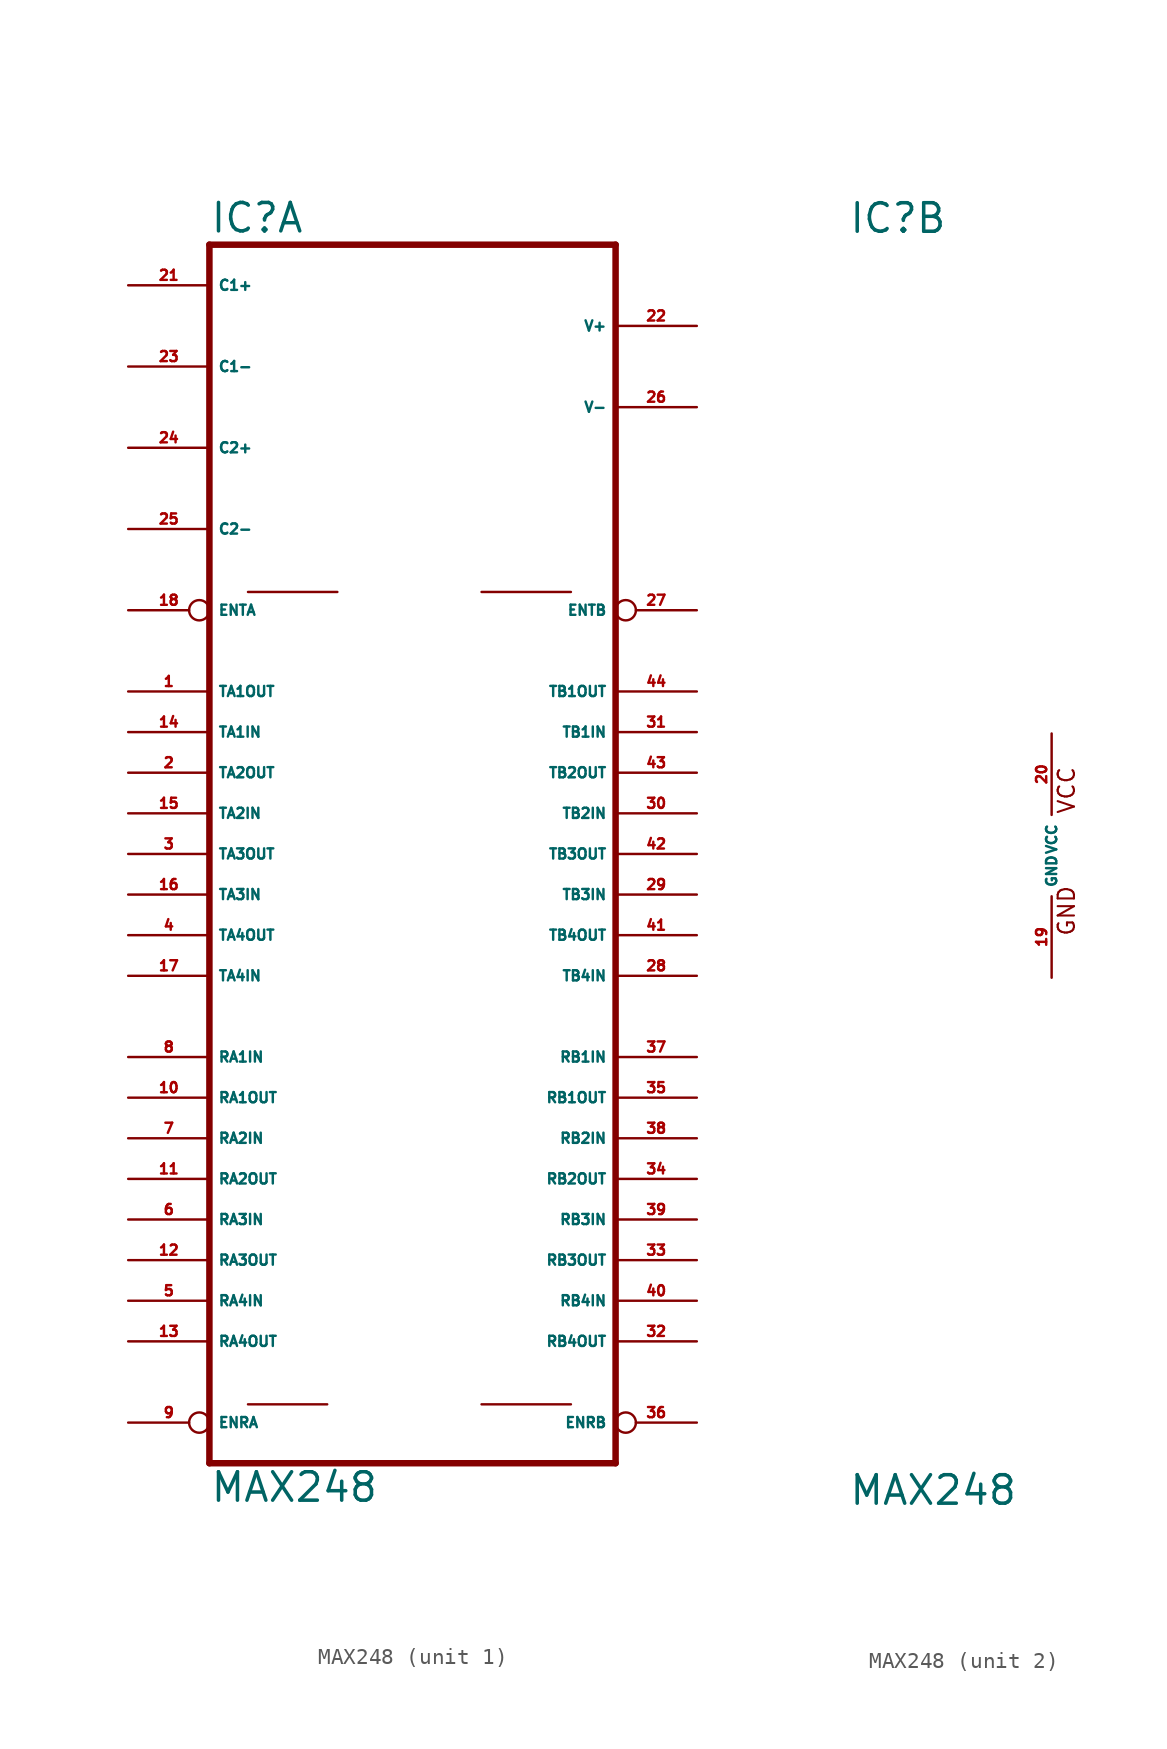
<source format=kicad_sym>
(kicad_symbol_lib
  (version 20220914)
  (generator Eagle2Kicad)
  (symbol "MAX248"
    (property "Reference" "IC"
      (at -12.7 38.735 0)
      (effects (font (size 1.778 1.778) (thickness 0.22)) (justify left bottom)))
    (property "Value" "MAX248"
      (at -12.7 -40.64 0)
      (effects (font (size 1.778 1.778) (thickness 0.22)) (justify left bottom)))
    (symbol "MAX248_1_0"
      (polyline (pts (xy -12.7 38.1) (xy 12.7 38.1)) (stroke (width 0.406) (type default)) (fill (type none)))
      (polyline (pts (xy 12.7 -38.1) (xy 12.7 38.1)) (stroke (width 0.406) (type default)) (fill (type none)))
      (polyline (pts (xy 12.7 -38.1) (xy -12.7 -38.1)) (stroke (width 0.406) (type default)) (fill (type none)))
      (polyline (pts (xy -12.7 38.1) (xy -12.7 -38.1)) (stroke (width 0.406) (type default)) (fill (type none)))
      (polyline (pts (xy -10.287 16.383) (xy -4.699 16.383)) (stroke (width 0.152) (type default)) (fill (type none)))
      (polyline (pts (xy 4.318 16.383) (xy 9.906 16.383)) (stroke (width 0.152) (type default)) (fill (type none)))
      (polyline (pts (xy -10.287 -34.417) (xy -5.334 -34.417)) (stroke (width 0.152) (type default)) (fill (type none)))
      (polyline (pts (xy 4.318 -34.417) (xy 9.906 -34.417)) (stroke (width 0.152) (type default)) (fill (type none)))
      (pin bidirectional line (at -17.78 35.56 0) (length 5.08) (name "C1+" (effects (font (size 0.635 0.635) (thickness 0.08)) (justify left bottom))) (number "21" (effects (font (size 0.635 0.635) (thickness 0.08)) (justify left bottom))))
      (pin bidirectional line (at -17.78 30.48 0) (length 5.08) (name "C1-" (effects (font (size 0.635 0.635) (thickness 0.08)) (justify left bottom))) (number "23" (effects (font (size 0.635 0.635) (thickness 0.08)) (justify left bottom))))
      (pin bidirectional line (at -17.78 25.4 0) (length 5.08) (name "C2+" (effects (font (size 0.635 0.635) (thickness 0.08)) (justify left bottom))) (number "24" (effects (font (size 0.635 0.635) (thickness 0.08)) (justify left bottom))))
      (pin bidirectional line (at -17.78 20.32 0) (length 5.08) (name "C2-" (effects (font (size 0.635 0.635) (thickness 0.08)) (justify left bottom))) (number "25" (effects (font (size 0.635 0.635) (thickness 0.08)) (justify left bottom))))
      (pin output line (at -17.78 10.16 0) (length 5.08) (name "TA1OUT" (effects (font (size 0.635 0.635) (thickness 0.08)) (justify left bottom))) (number "1" (effects (font (size 0.635 0.635) (thickness 0.08)) (justify left bottom))))
      (pin input line (at -17.78 7.62 0) (length 5.08) (name "TA1IN" (effects (font (size 0.635 0.635) (thickness 0.08)) (justify left bottom))) (number "14" (effects (font (size 0.635 0.635) (thickness 0.08)) (justify left bottom))))
      (pin input line (at -17.78 2.54 0) (length 5.08) (name "TA2IN" (effects (font (size 0.635 0.635) (thickness 0.08)) (justify left bottom))) (number "15" (effects (font (size 0.635 0.635) (thickness 0.08)) (justify left bottom))))
      (pin output line (at -17.78 0 0) (length 5.08) (name "TA3OUT" (effects (font (size 0.635 0.635) (thickness 0.08)) (justify left bottom))) (number "3" (effects (font (size 0.635 0.635) (thickness 0.08)) (justify left bottom))))
      (pin bidirectional line (at 17.78 33.02 180) (length 5.08) (name "V+" (effects (font (size 0.635 0.635) (thickness 0.08)) (justify left bottom))) (number "22" (effects (font (size 0.635 0.635) (thickness 0.08)) (justify left bottom))))
      (pin bidirectional line (at 17.78 27.94 180) (length 5.08) (name "V-" (effects (font (size 0.635 0.635) (thickness 0.08)) (justify left bottom))) (number "26" (effects (font (size 0.635 0.635) (thickness 0.08)) (justify left bottom))))
      (pin output line (at 17.78 10.16 180) (length 5.08) (name "TB1OUT" (effects (font (size 0.635 0.635) (thickness 0.08)) (justify left bottom))) (number "44" (effects (font (size 0.635 0.635) (thickness 0.08)) (justify left bottom))))
      (pin input line (at 17.78 7.62 180) (length 5.08) (name "TB1IN" (effects (font (size 0.635 0.635) (thickness 0.08)) (justify left bottom))) (number "31" (effects (font (size 0.635 0.635) (thickness 0.08)) (justify left bottom))))
      (pin input line (at 17.78 2.54 180) (length 5.08) (name "TB2IN" (effects (font (size 0.635 0.635) (thickness 0.08)) (justify left bottom))) (number "30" (effects (font (size 0.635 0.635) (thickness 0.08)) (justify left bottom))))
      (pin output line (at 17.78 0 180) (length 5.08) (name "TB3OUT" (effects (font (size 0.635 0.635) (thickness 0.08)) (justify left bottom))) (number "42" (effects (font (size 0.635 0.635) (thickness 0.08)) (justify left bottom))))
      (pin output line (at -17.78 5.08 0) (length 5.08) (name "TA2OUT" (effects (font (size 0.635 0.635) (thickness 0.08)) (justify left bottom))) (number "2" (effects (font (size 0.635 0.635) (thickness 0.08)) (justify left bottom))))
      (pin input line (at -17.78 -2.54 0) (length 5.08) (name "TA3IN" (effects (font (size 0.635 0.635) (thickness 0.08)) (justify left bottom))) (number "16" (effects (font (size 0.635 0.635) (thickness 0.08)) (justify left bottom))))
      (pin output line (at -17.78 -5.08 0) (length 5.08) (name "TA4OUT" (effects (font (size 0.635 0.635) (thickness 0.08)) (justify left bottom))) (number "4" (effects (font (size 0.635 0.635) (thickness 0.08)) (justify left bottom))))
      (pin input line (at -17.78 -7.62 0) (length 5.08) (name "TA4IN" (effects (font (size 0.635 0.635) (thickness 0.08)) (justify left bottom))) (number "17" (effects (font (size 0.635 0.635) (thickness 0.08)) (justify left bottom))))
      (pin input line (at -17.78 -12.7 0) (length 5.08) (name "RA1IN" (effects (font (size 0.635 0.635) (thickness 0.08)) (justify left bottom))) (number "8" (effects (font (size 0.635 0.635) (thickness 0.08)) (justify left bottom))))
      (pin output line (at -17.78 -15.24 0) (length 5.08) (name "RA1OUT" (effects (font (size 0.635 0.635) (thickness 0.08)) (justify left bottom))) (number "10" (effects (font (size 0.635 0.635) (thickness 0.08)) (justify left bottom))))
      (pin input line (at -17.78 -17.78 0) (length 5.08) (name "RA2IN" (effects (font (size 0.635 0.635) (thickness 0.08)) (justify left bottom))) (number "7" (effects (font (size 0.635 0.635) (thickness 0.08)) (justify left bottom))))
      (pin output line (at -17.78 -20.32 0) (length 5.08) (name "RA2OUT" (effects (font (size 0.635 0.635) (thickness 0.08)) (justify left bottom))) (number "11" (effects (font (size 0.635 0.635) (thickness 0.08)) (justify left bottom))))
      (pin input line (at -17.78 -22.86 0) (length 5.08) (name "RA3IN" (effects (font (size 0.635 0.635) (thickness 0.08)) (justify left bottom))) (number "6" (effects (font (size 0.635 0.635) (thickness 0.08)) (justify left bottom))))
      (pin output line (at -17.78 -25.4 0) (length 5.08) (name "RA3OUT" (effects (font (size 0.635 0.635) (thickness 0.08)) (justify left bottom))) (number "12" (effects (font (size 0.635 0.635) (thickness 0.08)) (justify left bottom))))
      (pin input line (at -17.78 -27.94 0) (length 5.08) (name "RA4IN" (effects (font (size 0.635 0.635) (thickness 0.08)) (justify left bottom))) (number "5" (effects (font (size 0.635 0.635) (thickness 0.08)) (justify left bottom))))
      (pin output line (at -17.78 -30.48 0) (length 5.08) (name "RA4OUT" (effects (font (size 0.635 0.635) (thickness 0.08)) (justify left bottom))) (number "13" (effects (font (size 0.635 0.635) (thickness 0.08)) (justify left bottom))))
      (pin passive inverted (at -17.78 -35.56 0) (length 5.08) (name "ENRA" (effects (font (size 0.635 0.635) (thickness 0.08)) (justify left bottom))) (number "9" (effects (font (size 0.635 0.635) (thickness 0.08)) (justify left bottom))))
      (pin passive inverted (at -17.78 15.24 0) (length 5.08) (name "ENTA" (effects (font (size 0.635 0.635) (thickness 0.08)) (justify left bottom))) (number "18" (effects (font (size 0.635 0.635) (thickness 0.08)) (justify left bottom))))
      (pin passive inverted (at 17.78 15.24 180) (length 5.08) (name "ENTB" (effects (font (size 0.635 0.635) (thickness 0.08)) (justify left bottom))) (number "27" (effects (font (size 0.635 0.635) (thickness 0.08)) (justify left bottom))))
      (pin passive inverted (at 17.78 -35.56 180) (length 5.08) (name "ENRB" (effects (font (size 0.635 0.635) (thickness 0.08)) (justify left bottom))) (number "36" (effects (font (size 0.635 0.635) (thickness 0.08)) (justify left bottom))))
      (pin output line (at 17.78 -30.48 180) (length 5.08) (name "RB4OUT" (effects (font (size 0.635 0.635) (thickness 0.08)) (justify left bottom))) (number "32" (effects (font (size 0.635 0.635) (thickness 0.08)) (justify left bottom))))
      (pin input line (at 17.78 -27.94 180) (length 5.08) (name "RB4IN" (effects (font (size 0.635 0.635) (thickness 0.08)) (justify left bottom))) (number "40" (effects (font (size 0.635 0.635) (thickness 0.08)) (justify left bottom))))
      (pin output line (at 17.78 -25.4 180) (length 5.08) (name "RB3OUT" (effects (font (size 0.635 0.635) (thickness 0.08)) (justify left bottom))) (number "33" (effects (font (size 0.635 0.635) (thickness 0.08)) (justify left bottom))))
      (pin input line (at 17.78 -22.86 180) (length 5.08) (name "RB3IN" (effects (font (size 0.635 0.635) (thickness 0.08)) (justify left bottom))) (number "39" (effects (font (size 0.635 0.635) (thickness 0.08)) (justify left bottom))))
      (pin output line (at 17.78 -20.32 180) (length 5.08) (name "RB2OUT" (effects (font (size 0.635 0.635) (thickness 0.08)) (justify left bottom))) (number "34" (effects (font (size 0.635 0.635) (thickness 0.08)) (justify left bottom))))
      (pin input line (at 17.78 -17.78 180) (length 5.08) (name "RB2IN" (effects (font (size 0.635 0.635) (thickness 0.08)) (justify left bottom))) (number "38" (effects (font (size 0.635 0.635) (thickness 0.08)) (justify left bottom))))
      (pin output line (at 17.78 -15.24 180) (length 5.08) (name "RB1OUT" (effects (font (size 0.635 0.635) (thickness 0.08)) (justify left bottom))) (number "35" (effects (font (size 0.635 0.635) (thickness 0.08)) (justify left bottom))))
      (pin input line (at 17.78 -12.7 180) (length 5.08) (name "RB1IN" (effects (font (size 0.635 0.635) (thickness 0.08)) (justify left bottom))) (number "37" (effects (font (size 0.635 0.635) (thickness 0.08)) (justify left bottom))))
      (pin input line (at 17.78 -7.62 180) (length 5.08) (name "TB4IN" (effects (font (size 0.635 0.635) (thickness 0.08)) (justify left bottom))) (number "28" (effects (font (size 0.635 0.635) (thickness 0.08)) (justify left bottom))))
      (pin output line (at 17.78 -5.08 180) (length 5.08) (name "TB4OUT" (effects (font (size 0.635 0.635) (thickness 0.08)) (justify left bottom))) (number "41" (effects (font (size 0.635 0.635) (thickness 0.08)) (justify left bottom))))
      (pin input line (at 17.78 -2.54 180) (length 5.08) (name "TB3IN" (effects (font (size 0.635 0.635) (thickness 0.08)) (justify left bottom))) (number "29" (effects (font (size 0.635 0.635) (thickness 0.08)) (justify left bottom))))
      (pin output line (at 17.78 5.08 180) (length 5.08) (name "TB2OUT" (effects (font (size 0.635 0.635) (thickness 0.08)) (justify left bottom))) (number "43" (effects (font (size 0.635 0.635) (thickness 0.08)) (justify left bottom)))))
    (symbol "MAX248_2_0"
      (text "GND" (at 1.524 -5.08 900) (effects (font (size 1.016 1.016) (thickness 0.13)) (justify left bottom)))
      (text "VCC" (at 1.524 2.54 900) (effects (font (size 1.016 1.016) (thickness 0.13)) (justify left bottom)))
      (pin unspecified line (at 0 7.62 270) (length 5.08) (name "VCC" (effects (font (size 0.635 0.635) (thickness 0.08)) (justify left bottom))) (number "20" (effects (font (size 0.635 0.635) (thickness 0.08)) (justify left bottom))))
      (pin unspecified line (at 0 -7.62 90) (length 5.08) (name "GND" (effects (font (size 0.635 0.635) (thickness 0.08)) (justify left bottom))) (number "19" (effects (font (size 0.635 0.635) (thickness 0.08)) (justify left bottom)))))))
</source>
